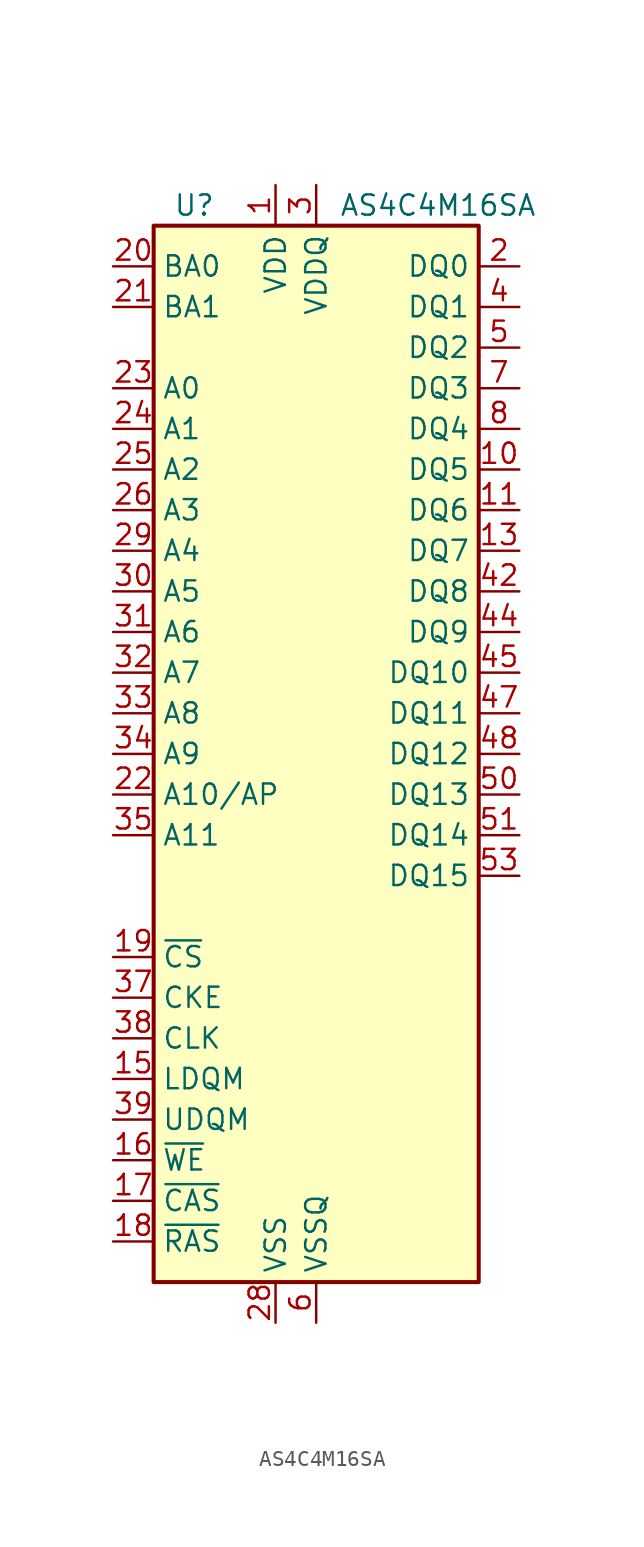
<source format=kicad_sym>
(kicad_symbol_lib
  (version 20241209)
  (generator "kicad_symbol_editor")
  (generator_version "9.0")
  (symbol "AS4C4M16SA"
    (property "Reference" "U"
      (at -7.62 34.29 0)
      (effects (font (size 1.27 1.27))))
    (property "Value" "AS4C4M16SA"
      (at 7.62 34.29 0)
      (effects (font (size 1.27 1.27))))
    (symbol "AS4C4M16SA_0_1"
      (rectangle (start -10.16 33.02) (end 10.16 -33.02) (stroke (width 0.254) (type default)) (fill (type background))))
    (symbol "AS4C4M16SA_1_1"
      (pin input line (at -12.7 30.48 0) (length 2.54) (name "BA0" (effects (font (size 1.27 1.27)))) (number "20" (effects (font (size 1.27 1.27)))))
      (pin input line (at -12.7 27.94 0) (length 2.54) (name "BA1" (effects (font (size 1.27 1.27)))) (number "21" (effects (font (size 1.27 1.27)))))
      (pin input line (at -12.7 22.86 0) (length 2.54) (name "A0" (effects (font (size 1.27 1.27)))) (number "23" (effects (font (size 1.27 1.27)))))
      (pin input line (at -12.7 20.32 0) (length 2.54) (name "A1" (effects (font (size 1.27 1.27)))) (number "24" (effects (font (size 1.27 1.27)))))
      (pin input line (at -12.7 17.78 0) (length 2.54) (name "A2" (effects (font (size 1.27 1.27)))) (number "25" (effects (font (size 1.27 1.27)))))
      (pin input line (at -12.7 15.24 0) (length 2.54) (name "A3" (effects (font (size 1.27 1.27)))) (number "26" (effects (font (size 1.27 1.27)))))
      (pin input line (at -12.7 12.7 0) (length 2.54) (name "A4" (effects (font (size 1.27 1.27)))) (number "29" (effects (font (size 1.27 1.27)))))
      (pin input line (at -12.7 10.16 0) (length 2.54) (name "A5" (effects (font (size 1.27 1.27)))) (number "30" (effects (font (size 1.27 1.27)))))
      (pin input line (at -12.7 7.62 0) (length 2.54) (name "A6" (effects (font (size 1.27 1.27)))) (number "31" (effects (font (size 1.27 1.27)))))
      (pin input line (at -12.7 5.08 0) (length 2.54) (name "A7" (effects (font (size 1.27 1.27)))) (number "32" (effects (font (size 1.27 1.27)))))
      (pin input line (at -12.7 2.54 0) (length 2.54) (name "A8" (effects (font (size 1.27 1.27)))) (number "33" (effects (font (size 1.27 1.27)))))
      (pin input line (at -12.7 0 0) (length 2.54) (name "A9" (effects (font (size 1.27 1.27)))) (number "34" (effects (font (size 1.27 1.27)))))
      (pin input line (at -12.7 -2.54 0) (length 2.54) (name "A10/AP" (effects (font (size 1.27 1.27)))) (number "22" (effects (font (size 1.27 1.27)))))
      (pin input line (at -12.7 -5.08 0) (length 2.54) (name "A11" (effects (font (size 1.27 1.27)))) (number "35" (effects (font (size 1.27 1.27)))))
      (pin input line (at -12.7 -12.7 0) (length 2.54) (name "~{CS}" (effects (font (size 1.27 1.27)))) (number "19" (effects (font (size 1.27 1.27)))))
      (pin input line (at -12.7 -15.24 0) (length 2.54) (name "CKE" (effects (font (size 1.27 1.27)))) (number "37" (effects (font (size 1.27 1.27)))))
      (pin input line (at -12.7 -17.78 0) (length 2.54) (name "CLK" (effects (font (size 1.27 1.27)))) (number "38" (effects (font (size 1.27 1.27)))))
      (pin input line (at -12.7 -20.32 0) (length 2.54) (name "LDQM" (effects (font (size 1.27 1.27)))) (number "15" (effects (font (size 1.27 1.27)))))
      (pin input line (at -12.7 -22.86 0) (length 2.54) (name "UDQM" (effects (font (size 1.27 1.27)))) (number "39" (effects (font (size 1.27 1.27)))))
      (pin input line (at -12.7 -25.4 0) (length 2.54) (name "~{WE}" (effects (font (size 1.27 1.27)))) (number "16" (effects (font (size 1.27 1.27)))))
      (pin input line (at -12.7 -27.94 0) (length 2.54) (name "~{CAS}" (effects (font (size 1.27 1.27)))) (number "17" (effects (font (size 1.27 1.27)))))
      (pin input line (at -12.7 -30.48 0) (length 2.54) (name "~{RAS}" (effects (font (size 1.27 1.27)))) (number "18" (effects (font (size 1.27 1.27)))))
      (pin power_in line (at -2.54 35.56 270) (length 2.54) (name "VDD" (effects (font (size 1.27 1.27)))) (number "1" (effects (font (size 1.27 1.27)))))
      (pin passive line (at -2.54 35.56 270) (length 2.54) (hide yes) (name "VDD" (effects (font (size 1.27 1.27)))) (number "14" (effects (font (size 1.27 1.27)))))
      (pin passive line (at -2.54 35.56 270) (length 2.54) (hide yes) (name "VDD" (effects (font (size 1.27 1.27)))) (number "27" (effects (font (size 1.27 1.27)))))
      (pin power_in line (at -2.54 -35.56 90) (length 2.54) (name "VSS" (effects (font (size 1.27 1.27)))) (number "28" (effects (font (size 1.27 1.27)))))
      (pin passive line (at -2.54 -35.56 90) (length 2.54) (hide yes) (name "VSS" (effects (font (size 1.27 1.27)))) (number "41" (effects (font (size 1.27 1.27)))))
      (pin passive line (at -2.54 -35.56 90) (length 2.54) (hide yes) (name "VSS" (effects (font (size 1.27 1.27)))) (number "54" (effects (font (size 1.27 1.27)))))
      (pin power_in line (at 0 35.56 270) (length 2.54) (name "VDDQ" (effects (font (size 1.27 1.27)))) (number "3" (effects (font (size 1.27 1.27)))))
      (pin passive line (at 0 35.56 270) (length 2.54) (hide yes) (name "VDDQ" (effects (font (size 1.27 1.27)))) (number "43" (effects (font (size 1.27 1.27)))))
      (pin passive line (at 0 35.56 270) (length 2.54) (hide yes) (name "VDDQ" (effects (font (size 1.27 1.27)))) (number "49" (effects (font (size 1.27 1.27)))))
      (pin passive line (at 0 35.56 270) (length 2.54) (hide yes) (name "VDDQ" (effects (font (size 1.27 1.27)))) (number "9" (effects (font (size 1.27 1.27)))))
      (pin passive line (at 0 -35.56 90) (length 2.54) (hide yes) (name "VSSQ" (effects (font (size 1.27 1.27)))) (number "12" (effects (font (size 1.27 1.27)))))
      (pin passive line (at 0 -35.56 90) (length 2.54) (hide yes) (name "VSSQ" (effects (font (size 1.27 1.27)))) (number "46" (effects (font (size 1.27 1.27)))))
      (pin passive line (at 0 -35.56 90) (length 2.54) (hide yes) (name "VSSQ" (effects (font (size 1.27 1.27)))) (number "52" (effects (font (size 1.27 1.27)))))
      (pin power_in line (at 0 -35.56 90) (length 2.54) (name "VSSQ" (effects (font (size 1.27 1.27)))) (number "6" (effects (font (size 1.27 1.27)))))
      (pin no_connect line (at 10.16 -17.78 180) (length 2.54) (hide yes) (name "NC" (effects (font (size 1.27 1.27)))) (number "36" (effects (font (size 1.27 1.27)))))
      (pin no_connect line (at 10.16 -20.32 180) (length 2.54) (hide yes) (name "NC/RFU" (effects (font (size 1.27 1.27)))) (number "40" (effects (font (size 1.27 1.27)))))
      (pin bidirectional line (at 12.7 30.48 180) (length 2.54) (name "DQ0" (effects (font (size 1.27 1.27)))) (number "2" (effects (font (size 1.27 1.27)))))
      (pin bidirectional line (at 12.7 27.94 180) (length 2.54) (name "DQ1" (effects (font (size 1.27 1.27)))) (number "4" (effects (font (size 1.27 1.27)))))
      (pin bidirectional line (at 12.7 25.4 180) (length 2.54) (name "DQ2" (effects (font (size 1.27 1.27)))) (number "5" (effects (font (size 1.27 1.27)))))
      (pin bidirectional line (at 12.7 22.86 180) (length 2.54) (name "DQ3" (effects (font (size 1.27 1.27)))) (number "7" (effects (font (size 1.27 1.27)))))
      (pin bidirectional line (at 12.7 20.32 180) (length 2.54) (name "DQ4" (effects (font (size 1.27 1.27)))) (number "8" (effects (font (size 1.27 1.27)))))
      (pin bidirectional line (at 12.7 17.78 180) (length 2.54) (name "DQ5" (effects (font (size 1.27 1.27)))) (number "10" (effects (font (size 1.27 1.27)))))
      (pin bidirectional line (at 12.7 15.24 180) (length 2.54) (name "DQ6" (effects (font (size 1.27 1.27)))) (number "11" (effects (font (size 1.27 1.27)))))
      (pin bidirectional line (at 12.7 12.7 180) (length 2.54) (name "DQ7" (effects (font (size 1.27 1.27)))) (number "13" (effects (font (size 1.27 1.27)))))
      (pin bidirectional line (at 12.7 10.16 180) (length 2.54) (name "DQ8" (effects (font (size 1.27 1.27)))) (number "42" (effects (font (size 1.27 1.27)))))
      (pin bidirectional line (at 12.7 7.62 180) (length 2.54) (name "DQ9" (effects (font (size 1.27 1.27)))) (number "44" (effects (font (size 1.27 1.27)))))
      (pin bidirectional line (at 12.7 5.08 180) (length 2.54) (name "DQ10" (effects (font (size 1.27 1.27)))) (number "45" (effects (font (size 1.27 1.27)))))
      (pin bidirectional line (at 12.7 2.54 180) (length 2.54) (name "DQ11" (effects (font (size 1.27 1.27)))) (number "47" (effects (font (size 1.27 1.27)))))
      (pin bidirectional line (at 12.7 0 180) (length 2.54) (name "DQ12" (effects (font (size 1.27 1.27)))) (number "48" (effects (font (size 1.27 1.27)))))
      (pin bidirectional line (at 12.7 -2.54 180) (length 2.54) (name "DQ13" (effects (font (size 1.27 1.27)))) (number "50" (effects (font (size 1.27 1.27)))))
      (pin bidirectional line (at 12.7 -5.08 180) (length 2.54) (name "DQ14" (effects (font (size 1.27 1.27)))) (number "51" (effects (font (size 1.27 1.27)))))
      (pin bidirectional line (at 12.7 -7.62 180) (length 2.54) (name "DQ15" (effects (font (size 1.27 1.27)))) (number "53" (effects (font (size 1.27 1.27))))))))
</source>
